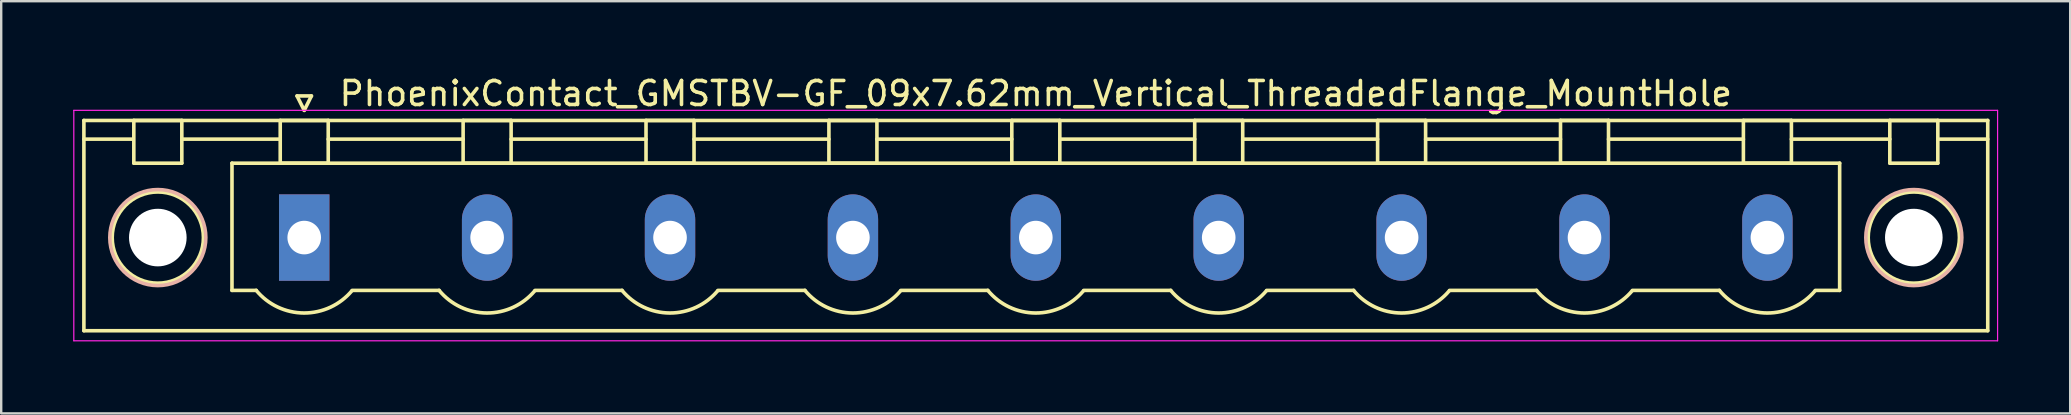
<source format=kicad_pcb>
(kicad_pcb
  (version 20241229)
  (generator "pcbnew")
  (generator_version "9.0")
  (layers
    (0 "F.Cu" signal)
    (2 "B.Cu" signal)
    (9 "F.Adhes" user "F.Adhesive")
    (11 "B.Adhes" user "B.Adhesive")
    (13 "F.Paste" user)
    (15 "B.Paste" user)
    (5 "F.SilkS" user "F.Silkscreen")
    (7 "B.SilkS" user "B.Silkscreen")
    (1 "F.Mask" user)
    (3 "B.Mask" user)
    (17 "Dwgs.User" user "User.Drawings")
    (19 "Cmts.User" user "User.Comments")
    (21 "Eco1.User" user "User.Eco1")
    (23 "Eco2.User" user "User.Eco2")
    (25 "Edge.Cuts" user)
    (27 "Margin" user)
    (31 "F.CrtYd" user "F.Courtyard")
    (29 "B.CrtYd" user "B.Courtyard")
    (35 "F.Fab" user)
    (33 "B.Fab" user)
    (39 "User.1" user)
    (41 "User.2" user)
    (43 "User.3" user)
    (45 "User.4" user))
  (footprint "PhoenixContact_GMSTBV-GF_09x7.62mm_Vertical_ThreadedFlange_MountHole"
    (layer "F.Cu")
    (at 9.625 6.848)
    (property "Reference" "PhoenixContact_GMSTBV-GF_09x7.62mm_Vertical_ThreadedFlange_MountHole" (at 30.48 -6 0) (layer "F.SilkS") (effects (font (size 1 1) (thickness 0.15))))
    (attr through_hole)
    (fp_line (start -9.18 -4.88) (end -9.18 3.88) (stroke (width 0.15) (type solid)) (layer "F.SilkS"))
    (fp_line (start -9.18 -4.1) (end -7.18 -4.1) (stroke (width 0.15) (type solid)) (layer "F.SilkS"))
    (fp_line (start -9.18 3.88) (end 70.14 3.88) (stroke (width 0.15) (type solid)) (layer "F.SilkS"))
    (fp_line (start -7.1 -4.88) (end -5.1 -4.88) (stroke (width 0.15) (type solid)) (layer "F.SilkS"))
    (fp_line (start -7.1 -3.1) (end -7.1 -4.88) (stroke (width 0.15) (type solid)) (layer "F.SilkS"))
    (fp_line (start -5.1 -4.88) (end -5.1 -3.1) (stroke (width 0.15) (type solid)) (layer "F.SilkS"))
    (fp_line (start -5.1 -4.1) (end -1 -4.1) (stroke (width 0.15) (type solid)) (layer "F.SilkS"))
    (fp_line (start -5.1 -3.1) (end -7.1 -3.1) (stroke (width 0.15) (type solid)) (layer "F.SilkS"))
    (fp_line (start -3.01 -3.1) (end 63.97 -3.1) (stroke (width 0.15) (type solid)) (layer "F.SilkS"))
    (fp_line (start -3.01 2.2) (end -3.01 -3.1) (stroke (width 0.15) (type solid)) (layer "F.SilkS"))
    (fp_line (start -2 2.2) (end -3.01 2.2) (stroke (width 0.15) (type solid)) (layer "F.SilkS"))
    (fp_line (start -1 -4.88) (end 1 -4.88) (stroke (width 0.15) (type solid)) (layer "F.SilkS"))
    (fp_line (start -1 -3.1) (end -1 -4.88) (stroke (width 0.15) (type solid)) (layer "F.SilkS"))
    (fp_line (start -0.3 -5.9) (end 0 -5.3) (stroke (width 0.15) (type solid)) (layer "F.SilkS"))
    (fp_line (start 0 -5.3) (end 0.3 -5.9) (stroke (width 0.15) (type solid)) (layer "F.SilkS"))
    (fp_line (start 0.3 -5.9) (end -0.3 -5.9) (stroke (width 0.15) (type solid)) (layer "F.SilkS"))
    (fp_line (start 1 -4.88) (end 1 -3.1) (stroke (width 0.15) (type solid)) (layer "F.SilkS"))
    (fp_line (start 1 -4.1) (end 6.62 -4.1) (stroke (width 0.15) (type solid)) (layer "F.SilkS"))
    (fp_line (start 1 -3.1) (end -1 -3.1) (stroke (width 0.15) (type solid)) (layer "F.SilkS"))
    (fp_line (start 2 2.2) (end 5.62 2.2) (stroke (width 0.15) (type solid)) (layer "F.SilkS"))
    (fp_line (start 6.62 -4.88) (end 8.62 -4.88) (stroke (width 0.15) (type solid)) (layer "F.SilkS"))
    (fp_line (start 6.62 -3.1) (end 6.62 -4.88) (stroke (width 0.15) (type solid)) (layer "F.SilkS"))
    (fp_line (start 8.62 -4.88) (end 8.62 -3.1) (stroke (width 0.15) (type solid)) (layer "F.SilkS"))
    (fp_line (start 8.62 -4.1) (end 14.24 -4.1) (stroke (width 0.15) (type solid)) (layer "F.SilkS"))
    (fp_line (start 8.62 -3.1) (end 6.62 -3.1) (stroke (width 0.15) (type solid)) (layer "F.SilkS"))
    (fp_line (start 9.62 2.2) (end 13.24 2.2) (stroke (width 0.15) (type solid)) (layer "F.SilkS"))
    (fp_line (start 14.24 -4.88) (end 16.24 -4.88) (stroke (width 0.15) (type solid)) (layer "F.SilkS"))
    (fp_line (start 14.24 -3.1) (end 14.24 -4.88) (stroke (width 0.15) (type solid)) (layer "F.SilkS"))
    (fp_line (start 16.24 -4.88) (end 16.24 -3.1) (stroke (width 0.15) (type solid)) (layer "F.SilkS"))
    (fp_line (start 16.24 -4.1) (end 21.86 -4.1) (stroke (width 0.15) (type solid)) (layer "F.SilkS"))
    (fp_line (start 16.24 -3.1) (end 14.24 -3.1) (stroke (width 0.15) (type solid)) (layer "F.SilkS"))
    (fp_line (start 17.24 2.2) (end 20.86 2.2) (stroke (width 0.15) (type solid)) (layer "F.SilkS"))
    (fp_line (start 21.86 -4.88) (end 23.86 -4.88) (stroke (width 0.15) (type solid)) (layer "F.SilkS"))
    (fp_line (start 21.86 -3.1) (end 21.86 -4.88) (stroke (width 0.15) (type solid)) (layer "F.SilkS"))
    (fp_line (start 23.86 -4.88) (end 23.86 -3.1) (stroke (width 0.15) (type solid)) (layer "F.SilkS"))
    (fp_line (start 23.86 -4.1) (end 29.48 -4.1) (stroke (width 0.15) (type solid)) (layer "F.SilkS"))
    (fp_line (start 23.86 -3.1) (end 21.86 -3.1) (stroke (width 0.15) (type solid)) (layer "F.SilkS"))
    (fp_line (start 24.86 2.2) (end 28.48 2.2) (stroke (width 0.15) (type solid)) (layer "F.SilkS"))
    (fp_line (start 29.48 -4.88) (end 31.48 -4.88) (stroke (width 0.15) (type solid)) (layer "F.SilkS"))
    (fp_line (start 29.48 -3.1) (end 29.48 -4.88) (stroke (width 0.15) (type solid)) (layer "F.SilkS"))
    (fp_line (start 31.48 -4.88) (end 31.48 -3.1) (stroke (width 0.15) (type solid)) (layer "F.SilkS"))
    (fp_line (start 31.48 -4.1) (end 37.1 -4.1) (stroke (width 0.15) (type solid)) (layer "F.SilkS"))
    (fp_line (start 31.48 -3.1) (end 29.48 -3.1) (stroke (width 0.15) (type solid)) (layer "F.SilkS"))
    (fp_line (start 32.48 2.2) (end 36.1 2.2) (stroke (width 0.15) (type solid)) (layer "F.SilkS"))
    (fp_line (start 37.1 -4.88) (end 39.1 -4.88) (stroke (width 0.15) (type solid)) (layer "F.SilkS"))
    (fp_line (start 37.1 -3.1) (end 37.1 -4.88) (stroke (width 0.15) (type solid)) (layer "F.SilkS"))
    (fp_line (start 39.1 -4.88) (end 39.1 -3.1) (stroke (width 0.15) (type solid)) (layer "F.SilkS"))
    (fp_line (start 39.1 -4.1) (end 44.72 -4.1) (stroke (width 0.15) (type solid)) (layer "F.SilkS"))
    (fp_line (start 39.1 -3.1) (end 37.1 -3.1) (stroke (width 0.15) (type solid)) (layer "F.SilkS"))
    (fp_line (start 40.1 2.2) (end 43.72 2.2) (stroke (width 0.15) (type solid)) (layer "F.SilkS"))
    (fp_line (start 44.72 -4.88) (end 46.72 -4.88) (stroke (width 0.15) (type solid)) (layer "F.SilkS"))
    (fp_line (start 44.72 -3.1) (end 44.72 -4.88) (stroke (width 0.15) (type solid)) (layer "F.SilkS"))
    (fp_line (start 46.72 -4.88) (end 46.72 -3.1) (stroke (width 0.15) (type solid)) (layer "F.SilkS"))
    (fp_line (start 46.72 -4.1) (end 52.34 -4.1) (stroke (width 0.15) (type solid)) (layer "F.SilkS"))
    (fp_line (start 46.72 -3.1) (end 44.72 -3.1) (stroke (width 0.15) (type solid)) (layer "F.SilkS"))
    (fp_line (start 47.72 2.2) (end 51.34 2.2) (stroke (width 0.15) (type solid)) (layer "F.SilkS"))
    (fp_line (start 52.34 -4.88) (end 54.34 -4.88) (stroke (width 0.15) (type solid)) (layer "F.SilkS"))
    (fp_line (start 52.34 -3.1) (end 52.34 -4.88) (stroke (width 0.15) (type solid)) (layer "F.SilkS"))
    (fp_line (start 54.34 -4.88) (end 54.34 -3.1) (stroke (width 0.15) (type solid)) (layer "F.SilkS"))
    (fp_line (start 54.34 -4.1) (end 59.96 -4.1) (stroke (width 0.15) (type solid)) (layer "F.SilkS"))
    (fp_line (start 54.34 -3.1) (end 52.34 -3.1) (stroke (width 0.15) (type solid)) (layer "F.SilkS"))
    (fp_line (start 55.34 2.2) (end 58.96 2.2) (stroke (width 0.15) (type solid)) (layer "F.SilkS"))
    (fp_line (start 59.96 -4.88) (end 61.96 -4.88) (stroke (width 0.15) (type solid)) (layer "F.SilkS"))
    (fp_line (start 59.96 -3.1) (end 59.96 -4.88) (stroke (width 0.15) (type solid)) (layer "F.SilkS"))
    (fp_line (start 61.96 -4.88) (end 61.96 -3.1) (stroke (width 0.15) (type solid)) (layer "F.SilkS"))
    (fp_line (start 61.96 -4.1) (end 66.06 -4.1) (stroke (width 0.15) (type solid)) (layer "F.SilkS"))
    (fp_line (start 61.96 -3.1) (end 59.96 -3.1) (stroke (width 0.15) (type solid)) (layer "F.SilkS"))
    (fp_line (start 63.97 -3.1) (end 63.97 2.2) (stroke (width 0.15) (type solid)) (layer "F.SilkS"))
    (fp_line (start 63.97 2.2) (end 62.96 2.2) (stroke (width 0.15) (type solid)) (layer "F.SilkS"))
    (fp_line (start 66.06 -4.88) (end 68.06 -4.88) (stroke (width 0.15) (type solid)) (layer "F.SilkS"))
    (fp_line (start 66.06 -3.1) (end 66.06 -4.88) (stroke (width 0.15) (type solid)) (layer "F.SilkS"))
    (fp_line (start 68.06 -4.88) (end 68.06 -3.1) (stroke (width 0.15) (type solid)) (layer "F.SilkS"))
    (fp_line (start 68.06 -3.1) (end 66.06 -3.1) (stroke (width 0.15) (type solid)) (layer "F.SilkS"))
    (fp_line (start 70.14 -4.88) (end -9.18 -4.88) (stroke (width 0.15) (type solid)) (layer "F.SilkS"))
    (fp_line (start 70.14 -4.1) (end 68.14 -4.1) (stroke (width 0.15) (type solid)) (layer "F.SilkS"))
    (fp_line (start 70.14 3.88) (end 70.14 -4.88) (stroke (width 0.15) (type solid)) (layer "F.SilkS"))
    (fp_arc (start 1.986842 2.215821) (mid -0.010289 3.142758) (end -2 2.2) (stroke (width 0.15) (type solid)) (layer "F.SilkS"))
    (fp_arc (start 9.606842 2.215821) (mid 7.609711 3.142758) (end 5.62 2.2) (stroke (width 0.15) (type solid)) (layer "F.SilkS"))
    (fp_arc (start 17.226842 2.215821) (mid 15.229711 3.142758) (end 13.24 2.2) (stroke (width 0.15) (type solid)) (layer "F.SilkS"))
    (fp_arc (start 24.846842 2.215821) (mid 22.849711 3.142758) (end 20.86 2.2) (stroke (width 0.15) (type solid)) (layer "F.SilkS"))
    (fp_arc (start 32.466842 2.215821) (mid 30.469711 3.142758) (end 28.48 2.2) (stroke (width 0.15) (type solid)) (layer "F.SilkS"))
    (fp_arc (start 40.086842 2.215821) (mid 38.089711 3.142758) (end 36.1 2.2) (stroke (width 0.15) (type solid)) (layer "F.SilkS"))
    (fp_arc (start 47.706842 2.215821) (mid 45.709711 3.142758) (end 43.72 2.2) (stroke (width 0.15) (type solid)) (layer "F.SilkS"))
    (fp_arc (start 55.326842 2.215821) (mid 53.329711 3.142758) (end 51.34 2.2) (stroke (width 0.15) (type solid)) (layer "F.SilkS"))
    (fp_arc (start 62.946842 2.215821) (mid 60.949711 3.142758) (end 58.96 2.2) (stroke (width 0.15) (type solid)) (layer "F.SilkS"))
    (fp_circle (center -6.1 0) (end -5.1 0) (stroke (width 0.15) (type solid)) (fill no) (layer "F.SilkS"))
    (fp_circle (center -6.1 0) (end -4.2 0) (stroke (width 0.15) (type solid)) (fill no) (layer "F.SilkS"))
    (fp_circle (center 67.06 0) (end 68.06 0) (stroke (width 0.15) (type solid)) (fill no) (layer "F.SilkS"))
    (fp_circle (center 67.06 0) (end 68.96 0) (stroke (width 0.15) (type solid)) (fill no) (layer "F.SilkS"))
    (fp_circle (center -6.1 0) (end -4.1 0) (stroke (width 0.15) (type solid)) (fill no) (layer "B.SilkS"))
    (fp_circle (center 67.06 0) (end 69.06 0) (stroke (width 0.15) (type solid)) (fill no) (layer "B.SilkS"))
    (fp_line (start -9.6 -5.3) (end -9.6 4.3) (stroke (width 0.05) (type solid)) (layer "F.CrtYd"))
    (fp_line (start -9.6 4.3) (end 70.55 4.3) (stroke (width 0.05) (type solid)) (layer "F.CrtYd"))
    (fp_line (start 70.55 -5.3) (end -9.6 -5.3) (stroke (width 0.05) (type solid)) (layer "F.CrtYd"))
    (fp_line (start 70.55 4.3) (end 70.55 -5.3) (stroke (width 0.05) (type solid)) (layer "F.CrtYd"))
    (pad "" np_thru_hole circle (at -6.1 0) (size 2.4 2.4) (drill 2.4) (layers "*.Cu" "*.Mask"))
    (pad "" np_thru_hole circle (at 67.06 0) (size 2.4 2.4) (drill 2.4) (layers "*.Cu" "*.Mask"))
    (pad "1" thru_hole rect (at 0 0) (size 2.1 3.6) (drill 1.4) (layers "*.Cu" "*.Mask"))
    (pad "2" thru_hole oval (at 7.62 0) (size 2.1 3.6) (drill 1.4) (layers "*.Cu" "*.Mask"))
    (pad "3" thru_hole oval (at 15.24 0) (size 2.1 3.6) (drill 1.4) (layers "*.Cu" "*.Mask"))
    (pad "4" thru_hole oval (at 22.86 0) (size 2.1 3.6) (drill 1.4) (layers "*.Cu" "*.Mask"))
    (pad "5" thru_hole oval (at 30.48 0) (size 2.1 3.6) (drill 1.4) (layers "*.Cu" "*.Mask"))
    (pad "6" thru_hole oval (at 38.1 0) (size 2.1 3.6) (drill 1.4) (layers "*.Cu" "*.Mask"))
    (pad "7" thru_hole oval (at 45.72 0) (size 2.1 3.6) (drill 1.4) (layers "*.Cu" "*.Mask"))
    (pad "8" thru_hole oval (at 53.34 0) (size 2.1 3.6) (drill 1.4) (layers "*.Cu" "*.Mask"))
    (pad "9" thru_hole oval (at 60.96 0) (size 2.1 3.6) (drill 1.4) (layers "*.Cu" "*.Mask")))
  (gr_rect
    (start -3 -3)
    (end 83.2 14.173)
    (stroke (width 0.1) (type default))
    (fill no)
    (layer "Edge.Cuts")))
</source>
